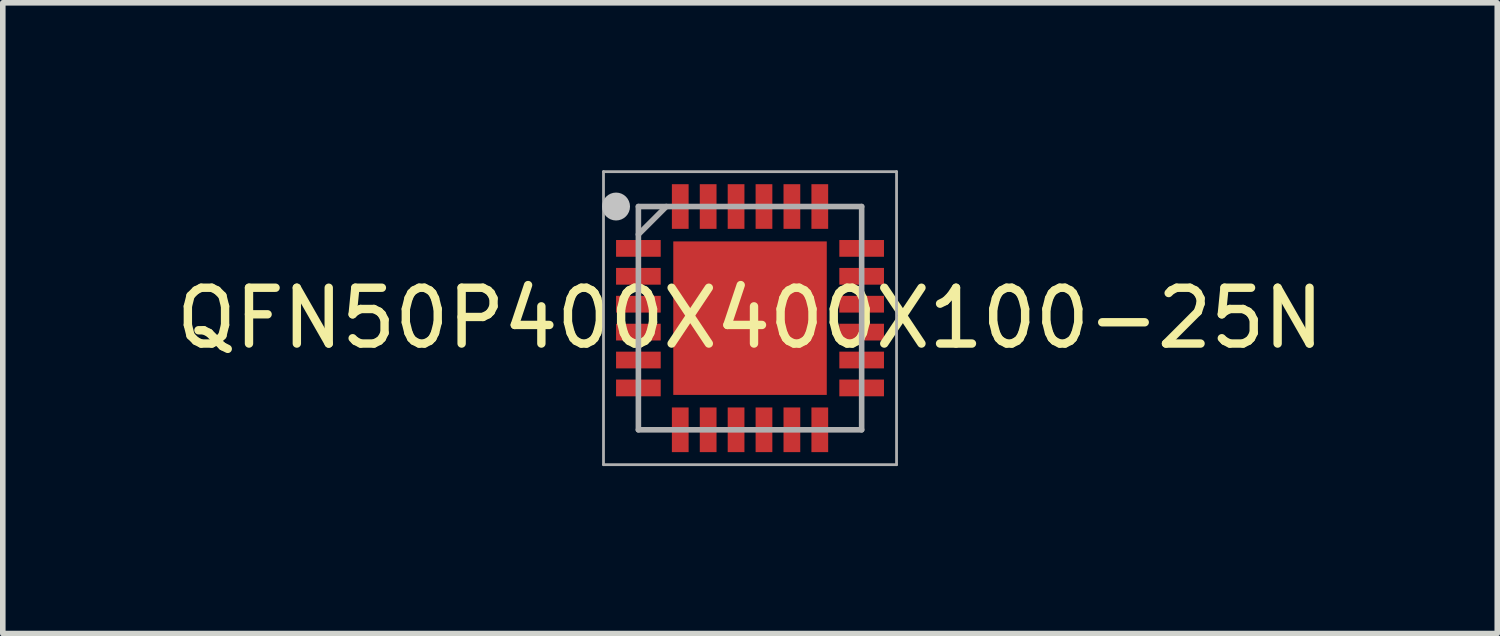
<source format=kicad_pcb>
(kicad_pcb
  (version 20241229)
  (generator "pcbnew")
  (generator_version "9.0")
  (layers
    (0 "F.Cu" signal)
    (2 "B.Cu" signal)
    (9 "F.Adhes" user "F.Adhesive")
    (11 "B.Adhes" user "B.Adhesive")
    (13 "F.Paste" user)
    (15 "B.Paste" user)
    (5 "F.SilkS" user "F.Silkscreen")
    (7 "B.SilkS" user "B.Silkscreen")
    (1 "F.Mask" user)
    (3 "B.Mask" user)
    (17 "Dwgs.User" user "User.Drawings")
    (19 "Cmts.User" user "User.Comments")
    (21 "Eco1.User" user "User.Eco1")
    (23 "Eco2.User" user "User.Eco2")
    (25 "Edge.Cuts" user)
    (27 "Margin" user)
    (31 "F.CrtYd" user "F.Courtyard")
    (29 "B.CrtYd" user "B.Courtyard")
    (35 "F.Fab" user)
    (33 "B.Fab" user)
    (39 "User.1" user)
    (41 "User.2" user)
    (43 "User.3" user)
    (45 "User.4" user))
  (footprint "QFN50P400X400X100-25N"
    (layer "F.Cu")
    (at 10.387 2.65)
    (property "Reference" "QFN50P400X400X100-25N" (at 0 0 0) (layer "F.SilkS") (effects (font (size 1 1) (thickness 0.15))))
    (attr smd)
    (fp_circle (center -2.4 -2) (end -2.275 -2) (stroke (width 0.25) (type solid)) (fill no) (layer "Dwgs.User"))
    (fp_line (start -2.625 -2.625) (end 2.625 -2.625) (stroke (width 0.05) (type solid)) (layer "F.Fab"))
    (fp_line (start -2.625 2.625) (end -2.625 -2.625) (stroke (width 0.05) (type solid)) (layer "F.Fab"))
    (fp_line (start -2 -2) (end 2 -2) (stroke (width 0.1) (type solid)) (layer "F.Fab"))
    (fp_line (start -2 -1.5) (end -1.5 -2) (stroke (width 0.1) (type solid)) (layer "F.Fab"))
    (fp_line (start -2 2) (end -2 -2) (stroke (width 0.1) (type solid)) (layer "F.Fab"))
    (fp_line (start 2 -2) (end 2 2) (stroke (width 0.1) (type solid)) (layer "F.Fab"))
    (fp_line (start 2 2) (end -2 2) (stroke (width 0.1) (type solid)) (layer "F.Fab"))
    (fp_line (start 2.625 -2.625) (end 2.625 2.625) (stroke (width 0.05) (type solid)) (layer "F.Fab"))
    (fp_line (start 2.625 2.625) (end -2.625 2.625) (stroke (width 0.05) (type solid)) (layer "F.Fab"))
    (pad "1" smd rect (at -2 -1.25) (size 0.8 0.3) (layers "F.Cu" "F.Mask" "F.Paste"))
    (pad "2" smd rect (at -2 -0.75) (size 0.8 0.3) (layers "F.Cu" "F.Mask" "F.Paste"))
    (pad "3" smd rect (at -2 -0.25) (size 0.8 0.3) (layers "F.Cu" "F.Mask" "F.Paste"))
    (pad "4" smd rect (at -2 0.25) (size 0.8 0.3) (layers "F.Cu" "F.Mask" "F.Paste"))
    (pad "5" smd rect (at -2 0.75) (size 0.8 0.3) (layers "F.Cu" "F.Mask" "F.Paste"))
    (pad "6" smd rect (at -2 1.25) (size 0.8 0.3) (layers "F.Cu" "F.Mask" "F.Paste"))
    (pad "7" smd rect (at -1.25 2 90) (size 0.8 0.3) (layers "F.Cu" "F.Mask" "F.Paste"))
    (pad "8" smd rect (at -0.75 2 90) (size 0.8 0.3) (layers "F.Cu" "F.Mask" "F.Paste"))
    (pad "9" smd rect (at -0.25 2 90) (size 0.8 0.3) (layers "F.Cu" "F.Mask" "F.Paste"))
    (pad "10" smd rect (at 0.25 2 90) (size 0.8 0.3) (layers "F.Cu" "F.Mask" "F.Paste"))
    (pad "11" smd rect (at 0.75 2 90) (size 0.8 0.3) (layers "F.Cu" "F.Mask" "F.Paste"))
    (pad "12" smd rect (at 1.25 2 90) (size 0.8 0.3) (layers "F.Cu" "F.Mask" "F.Paste"))
    (pad "13" smd rect (at 2 1.25) (size 0.8 0.3) (layers "F.Cu" "F.Mask" "F.Paste"))
    (pad "14" smd rect (at 2 0.75) (size 0.8 0.3) (layers "F.Cu" "F.Mask" "F.Paste"))
    (pad "15" smd rect (at 2 0.25) (size 0.8 0.3) (layers "F.Cu" "F.Mask" "F.Paste"))
    (pad "16" smd rect (at 2 -0.25) (size 0.8 0.3) (layers "F.Cu" "F.Mask" "F.Paste"))
    (pad "17" smd rect (at 2 -0.75) (size 0.8 0.3) (layers "F.Cu" "F.Mask" "F.Paste"))
    (pad "18" smd rect (at 2 -1.25) (size 0.8 0.3) (layers "F.Cu" "F.Mask" "F.Paste"))
    (pad "19" smd rect (at 1.25 -2 90) (size 0.8 0.3) (layers "F.Cu" "F.Mask" "F.Paste"))
    (pad "20" smd rect (at 0.75 -2 90) (size 0.8 0.3) (layers "F.Cu" "F.Mask" "F.Paste"))
    (pad "21" smd rect (at 0.25 -2 90) (size 0.8 0.3) (layers "F.Cu" "F.Mask" "F.Paste"))
    (pad "22" smd rect (at -0.25 -2 90) (size 0.8 0.3) (layers "F.Cu" "F.Mask" "F.Paste"))
    (pad "23" smd rect (at -0.75 -2 90) (size 0.8 0.3) (layers "F.Cu" "F.Mask" "F.Paste"))
    (pad "24" smd rect (at -1.25 -2 90) (size 0.8 0.3) (layers "F.Cu" "F.Mask" "F.Paste"))
    (pad "25" smd rect (at 0 0 90) (size 2.75 2.75) (layers "F.Cu" "F.Mask" "F.Paste")))
  (gr_rect
    (start -3 -3)
    (end 23.774 8.3)
    (stroke (width 0.1) (type default))
    (fill no)
    (layer "Edge.Cuts")))
</source>
